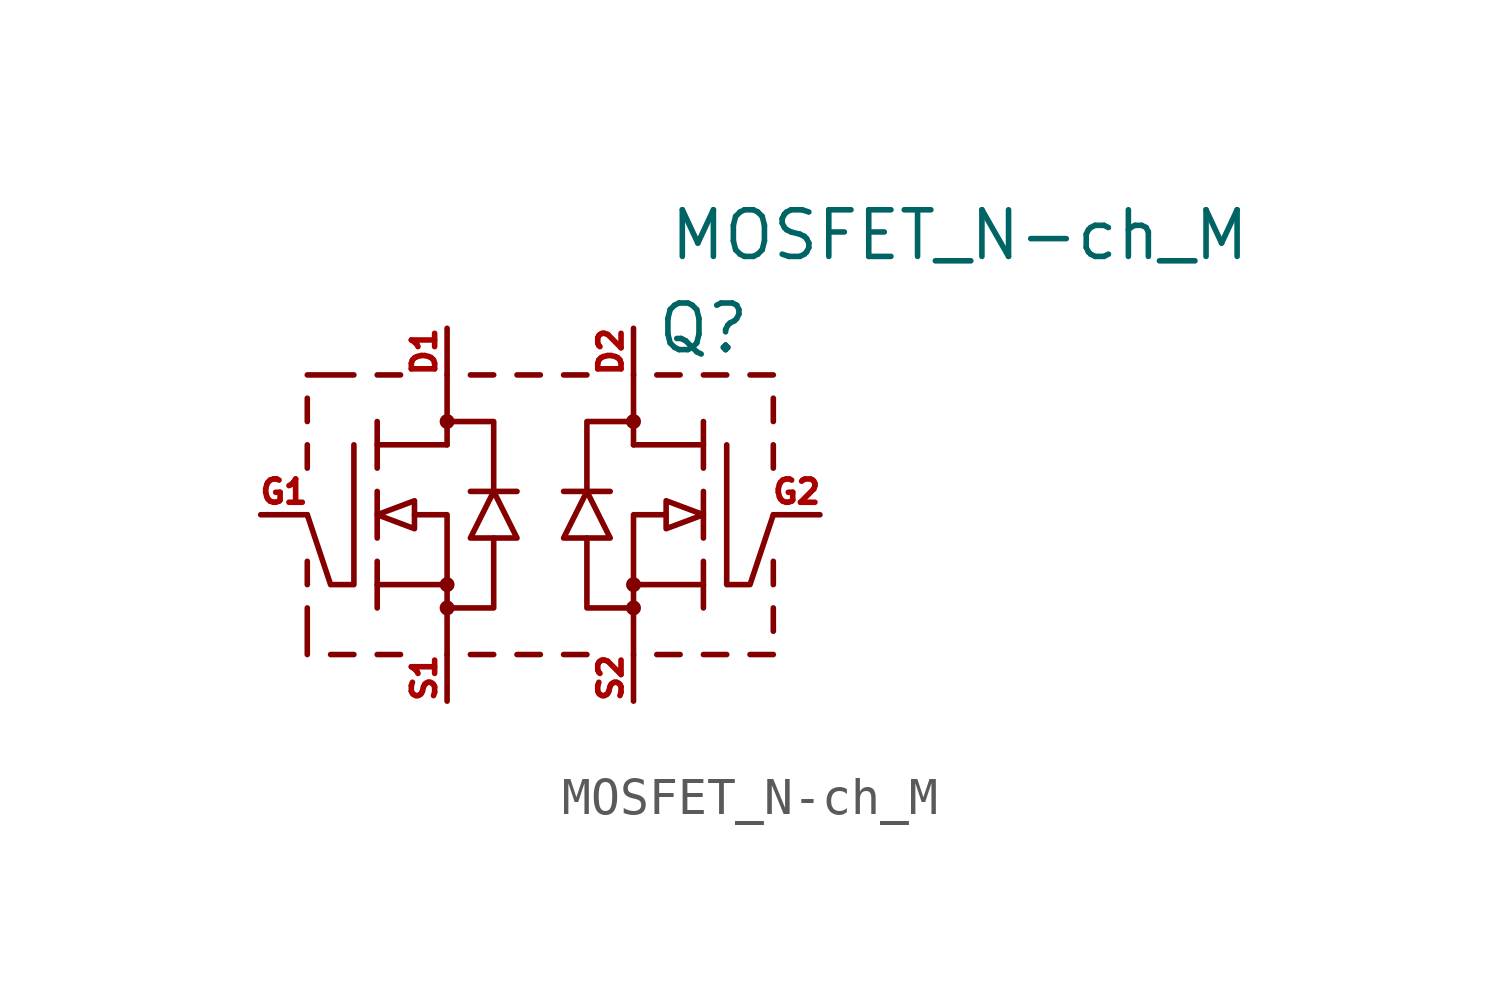
<source format=kicad_sym>
(kicad_symbol_lib
  (version 20211014)
  (generator kicad_symbol_editor)
  (symbol "MOSFET_N-ch_M"
    (pin_names hide)
    (property "Reference" "Q"
      (at 4.445 5.08 0)
      (effects (font (size 1.27 1.27))))
    (property "Value" "MOSFET_N-ch_M"
      (at 11.43 7.62 0)
      (effects (font (size 1.27 1.27))))
    (symbol "MOSFET_N-ch_M_0_1"
      (circle (center -2.54 -2.54) (radius 0.127) (stroke (width 0) (type default) (color 0 0 0 0)) (fill (type outline)))
      (circle (center -2.54 -1.905) (radius 0.127) (stroke (width 0) (type default) (color 0 0 0 0)) (fill (type outline)))
      (circle (center -2.54 2.54) (radius 0.127) (stroke (width 0) (type default) (color 0 0 0 0)) (fill (type outline)))
      (polyline (pts (xy -6.35 -3.81) (xy -6.35 -2.54)) (stroke (width 0) (type default) (color 0 0 0 0)) (fill (type none)))
      (polyline (pts (xy -6.35 -1.905) (xy -6.35 -1.27)) (stroke (width 0) (type default) (color 0 0 0 0)) (fill (type none)))
      (polyline (pts (xy -6.35 1.27) (xy -6.35 1.905)) (stroke (width 0) (type default) (color 0 0 0 0)) (fill (type none)))
      (polyline (pts (xy -6.35 2.54) (xy -6.35 3.175)) (stroke (width 0) (type default) (color 0 0 0 0)) (fill (type none)))
      (polyline (pts (xy -6.35 3.81) (xy -5.08 3.81)) (stroke (width 0) (type default) (color 0 0 0 0)) (fill (type none)))
      (polyline (pts (xy -5.08 -3.81) (xy -5.715 -3.81)) (stroke (width 0) (type default) (color 0 0 0 0)) (fill (type none)))
      (polyline (pts (xy -4.445 -1.905) (xy -2.54 -1.905)) (stroke (width 0) (type default) (color 0 0 0 0)) (fill (type none)))
      (polyline (pts (xy -4.445 -1.27) (xy -4.445 -2.54)) (stroke (width 0) (type default) (color 0 0 0 0)) (fill (type none)))
      (polyline (pts (xy -4.445 0.635) (xy -4.445 -0.635)) (stroke (width 0) (type default) (color 0 0 0 0)) (fill (type none)))
      (polyline (pts (xy -4.445 1.905) (xy -2.54 1.905)) (stroke (width 0) (type default) (color 0 0 0 0)) (fill (type none)))
      (polyline (pts (xy -4.445 2.54) (xy -4.445 1.27)) (stroke (width 0) (type default) (color 0 0 0 0)) (fill (type none)))
      (polyline (pts (xy -4.445 3.81) (xy -3.81 3.81)) (stroke (width 0) (type default) (color 0 0 0 0)) (fill (type none)))
      (polyline (pts (xy -3.81 -3.81) (xy -4.445 -3.81)) (stroke (width 0) (type default) (color 0 0 0 0)) (fill (type none)))
      (polyline (pts (xy -2.54 -1.905) (xy -2.54 -3.81)) (stroke (width 0) (type default) (color 0 0 0 0)) (fill (type none)))
      (polyline (pts (xy -2.54 3.81) (xy -2.54 1.905)) (stroke (width 0) (type default) (color 0 0 0 0)) (fill (type none)))
      (polyline (pts (xy -1.905 0.635) (xy -0.635 0.635)) (stroke (width 0) (type default) (color 0 0 0 0)) (fill (type none)))
      (polyline (pts (xy -1.905 3.81) (xy -1.27 3.81)) (stroke (width 0) (type default) (color 0 0 0 0)) (fill (type none)))
      (polyline (pts (xy -1.27 -3.81) (xy -1.905 -3.81)) (stroke (width 0) (type default) (color 0 0 0 0)) (fill (type none)))
      (polyline (pts (xy -0.635 3.81) (xy 0 3.81)) (stroke (width 0) (type default) (color 0 0 0 0)) (fill (type none)))
      (polyline (pts (xy 0 -3.81) (xy -0.635 -3.81)) (stroke (width 0) (type default) (color 0 0 0 0)) (fill (type none)))
      (polyline (pts (xy 0.635 3.81) (xy 1.27 3.81)) (stroke (width 0) (type default) (color 0 0 0 0)) (fill (type none)))
      (polyline (pts (xy 1.27 -3.81) (xy 0.635 -3.81)) (stroke (width 0) (type default) (color 0 0 0 0)) (fill (type none)))
      (polyline (pts (xy 1.905 0.635) (xy 0.635 0.635)) (stroke (width 0) (type default) (color 0 0 0 0)) (fill (type none)))
      (polyline (pts (xy 2.54 -3.81) (xy 2.54 -1.905)) (stroke (width 0) (type default) (color 0 0 0 0)) (fill (type none)))
      (polyline (pts (xy 2.54 1.905) (xy 2.54 3.81)) (stroke (width 0) (type default) (color 0 0 0 0)) (fill (type none)))
      (polyline (pts (xy 3.175 3.81) (xy 3.81 3.81)) (stroke (width 0) (type default) (color 0 0 0 0)) (fill (type none)))
      (polyline (pts (xy 3.81 -3.81) (xy 3.175 -3.81)) (stroke (width 0) (type default) (color 0 0 0 0)) (fill (type none)))
      (polyline (pts (xy 4.445 -1.905) (xy 2.54 -1.905)) (stroke (width 0) (type default) (color 0 0 0 0)) (fill (type none)))
      (polyline (pts (xy 4.445 -1.27) (xy 4.445 -2.54)) (stroke (width 0) (type default) (color 0 0 0 0)) (fill (type none)))
      (polyline (pts (xy 4.445 0.635) (xy 4.445 -0.635)) (stroke (width 0) (type default) (color 0 0 0 0)) (fill (type none)))
      (polyline (pts (xy 4.445 1.905) (xy 2.54 1.905)) (stroke (width 0) (type default) (color 0 0 0 0)) (fill (type none)))
      (polyline (pts (xy 4.445 2.54) (xy 4.445 1.27)) (stroke (width 0) (type default) (color 0 0 0 0)) (fill (type none)))
      (polyline (pts (xy 4.445 3.81) (xy 5.08 3.81)) (stroke (width 0) (type default) (color 0 0 0 0)) (fill (type none)))
      (polyline (pts (xy 5.08 -3.81) (xy 4.445 -3.81)) (stroke (width 0) (type default) (color 0 0 0 0)) (fill (type none)))
      (polyline (pts (xy 5.715 3.81) (xy 6.35 3.81)) (stroke (width 0) (type default) (color 0 0 0 0)) (fill (type none)))
      (polyline (pts (xy 6.35 -3.81) (xy 5.715 -3.81)) (stroke (width 0) (type default) (color 0 0 0 0)) (fill (type none)))
      (polyline (pts (xy 6.35 -2.54) (xy 6.35 -3.175)) (stroke (width 0) (type default) (color 0 0 0 0)) (fill (type none)))
      (polyline (pts (xy 6.35 -1.27) (xy 6.35 -1.905)) (stroke (width 0) (type default) (color 0 0 0 0)) (fill (type none)))
      (polyline (pts (xy 6.35 1.905) (xy 6.35 1.27)) (stroke (width 0) (type default) (color 0 0 0 0)) (fill (type none)))
      (polyline (pts (xy 6.35 3.175) (xy 6.35 2.54)) (stroke (width 0) (type default) (color 0 0 0 0)) (fill (type none)))
      (polyline (pts (xy -3.429 0) (xy -2.54 0) (xy -2.54 -1.905)) (stroke (width 0) (type default) (color 0 0 0 0)) (fill (type none)))
      (polyline (pts (xy -2.54 -2.54) (xy -1.27 -2.54) (xy -1.27 -0.635)) (stroke (width 0) (type default) (color 0 0 0 0)) (fill (type none)))
      (polyline (pts (xy -2.54 2.54) (xy -1.27 2.54) (xy -1.27 0.635)) (stroke (width 0) (type default) (color 0 0 0 0)) (fill (type none)))
      (polyline (pts (xy 2.54 -2.54) (xy 1.27 -2.54) (xy 1.27 -0.635)) (stroke (width 0) (type default) (color 0 0 0 0)) (fill (type none)))
      (polyline (pts (xy 2.54 2.54) (xy 1.27 2.54) (xy 1.27 0.635)) (stroke (width 0) (type default) (color 0 0 0 0)) (fill (type none)))
      (polyline (pts (xy 3.429 0) (xy 2.54 0) (xy 2.54 -1.905)) (stroke (width 0) (type default) (color 0 0 0 0)) (fill (type none)))
      (polyline (pts (xy -5.08 1.905) (xy -5.08 -1.905) (xy -5.715 -1.905) (xy -6.35 0)) (stroke (width 0) (type default) (color 0 0 0 0)) (fill (type none)))
      (polyline (pts (xy -4.445 0) (xy -3.429 0.381) (xy -3.429 -0.381) (xy -4.445 0)) (stroke (width 0) (type default) (color 0 0 0 0)) (fill (type none)))
      (polyline (pts (xy -1.27 0.635) (xy -1.905 -0.635) (xy -0.635 -0.635) (xy -1.27 0.635)) (stroke (width 0) (type default) (color 0 0 0 0)) (fill (type none)))
      (polyline (pts (xy 1.27 0.635) (xy 1.905 -0.635) (xy 0.635 -0.635) (xy 1.27 0.635)) (stroke (width 0) (type default) (color 0 0 0 0)) (fill (type none)))
      (polyline (pts (xy 4.445 0) (xy 3.429 0.381) (xy 3.429 -0.381) (xy 4.445 0)) (stroke (width 0) (type default) (color 0 0 0 0)) (fill (type none)))
      (polyline (pts (xy 5.08 1.905) (xy 5.08 -1.905) (xy 5.715 -1.905) (xy 6.35 0)) (stroke (width 0) (type default) (color 0 0 0 0)) (fill (type none)))
      (circle (center 2.54 -2.54) (radius 0.127) (stroke (width 0) (type default) (color 0 0 0 0)) (fill (type outline)))
      (circle (center 2.54 -1.905) (radius 0.127) (stroke (width 0) (type default) (color 0 0 0 0)) (fill (type outline)))
      (circle (center 2.54 2.54) (radius 0.127) (stroke (width 0) (type default) (color 0 0 0 0)) (fill (type outline))))
    (symbol "MOSFET_N-ch_M_1_1"
      (pin passive line (at -2.54 5.08 270) (length 1.27) (name "Drain" (effects (font (size 0.635 0.635)))) (number "D1" (effects (font (size 0.635 0.635)))))
      (pin passive line (at 2.54 5.08 270) (length 1.27) (name "Drain" (effects (font (size 0.635 0.635)))) (number "D2" (effects (font (size 0.635 0.635)))))
      (pin passive line (at -7.62 0 0) (length 1.27) (name "Gate" (effects (font (size 0.635 0.635)))) (number "G1" (effects (font (size 0.635 0.635)))))
      (pin passive line (at 7.62 0 180) (length 1.27) (name "Gate" (effects (font (size 0.635 0.635)))) (number "G2" (effects (font (size 0.635 0.635)))))
      (pin passive line (at -2.54 -5.08 90) (length 1.27) (name "Source" (effects (font (size 0.635 0.635)))) (number "S1" (effects (font (size 0.635 0.635)))))
      (pin passive line (at 2.54 -5.08 90) (length 1.27) (name "Source" (effects (font (size 0.635 0.635)))) (number "S2" (effects (font (size 0.635 0.635))))))))
</source>
